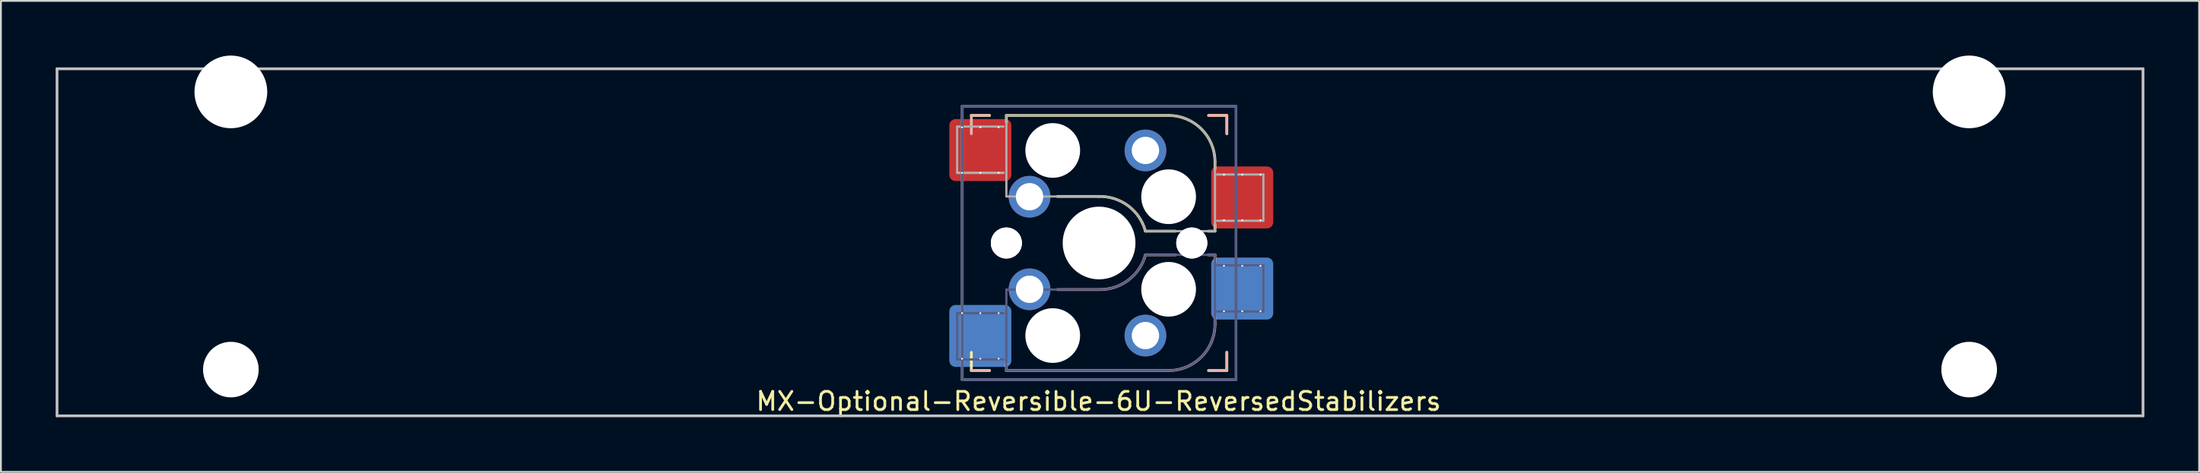
<source format=kicad_pcb>
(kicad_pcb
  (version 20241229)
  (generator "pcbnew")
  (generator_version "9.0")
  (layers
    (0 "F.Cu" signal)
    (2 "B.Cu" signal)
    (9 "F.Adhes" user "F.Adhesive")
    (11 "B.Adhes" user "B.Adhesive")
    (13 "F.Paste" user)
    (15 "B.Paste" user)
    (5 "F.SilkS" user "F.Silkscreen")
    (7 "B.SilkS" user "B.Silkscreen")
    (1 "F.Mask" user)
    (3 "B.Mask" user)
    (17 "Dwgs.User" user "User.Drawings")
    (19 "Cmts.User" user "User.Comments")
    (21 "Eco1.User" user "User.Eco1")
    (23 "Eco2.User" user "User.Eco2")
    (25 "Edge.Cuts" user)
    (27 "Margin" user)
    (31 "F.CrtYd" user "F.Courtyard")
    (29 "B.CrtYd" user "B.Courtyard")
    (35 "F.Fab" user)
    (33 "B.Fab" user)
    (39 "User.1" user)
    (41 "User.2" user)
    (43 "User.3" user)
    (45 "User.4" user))
  (footprint "MX-Optional-Reversible-6U-ReversedStabilizers"
    (layer "F.Cu")
    (at 57.225 10.249)
    (property "Reference" "MX-Optional-Reversible-6U-ReversedStabilizers" (at -0.077 8.726 180) (layer "F.SilkS") (effects (font (size 1 1) (thickness 0.15))))
    (attr smd)
    (fp_rect (start -8.258 -6.062) (end -4.858 -4.062) (stroke (width 0.1) (type solid)) (fill yes) (layer "F.Mask"))
    (fp_rect (start 6.092 -3.462) (end 9.492 -1.462) (stroke (width 0.1) (type solid)) (fill yes) (layer "F.Mask"))
    (fp_rect (start -4.858 4.138) (end -8.258 6.138) (stroke (width 0.1) (type solid)) (fill yes) (layer "B.Mask"))
    (fp_rect (start 9.492 1.538) (end 6.092 3.538) (stroke (width 0.1) (type solid)) (fill yes) (layer "B.Mask"))
    (fp_line (start -7.051 -6.962) (end -6.051 -6.962) (stroke (width 0.15) (type solid)) (layer "F.SilkS"))
    (fp_line (start -7.051 7.038) (end -7.051 6.038) (stroke (width 0.15) (type solid)) (layer "F.SilkS"))
    (fp_line (start -6.051 7.038) (end -7.051 7.038) (stroke (width 0.15) (type solid)) (layer "F.SilkS"))
    (fp_line (start -5.131 -6.581) (end -5.131 -6.962) (stroke (width 0.15) (type solid)) (layer "F.SilkS"))
    (fp_line (start -2.337 -2.517) (end -0.051 -2.517) (stroke (width 0.15) (type solid)) (layer "F.SilkS"))
    (fp_line (start 2.489 -0.612) (end 4.14 -0.612) (stroke (width 0.15) (type solid)) (layer "F.SilkS"))
    (fp_line (start 3.759 -6.962) (end -5.131 -6.962) (stroke (width 0.15) (type solid)) (layer "F.SilkS"))
    (fp_line (start 5.918 -0.612) (end 6.299 -0.612) (stroke (width 0.15) (type solid)) (layer "F.SilkS"))
    (fp_line (start 5.949 -6.962) (end 6.949 -6.962) (stroke (width 0.15) (type solid)) (layer "F.SilkS"))
    (fp_line (start 6.299 -4.041) (end 6.299 -4.422) (stroke (width 0.15) (type solid)) (layer "F.SilkS"))
    (fp_line (start 6.299 -0.612) (end 6.299 -0.993) (stroke (width 0.15) (type solid)) (layer "F.SilkS"))
    (fp_line (start 6.949 -6.962) (end 6.949 -5.962) (stroke (width 0.15) (type solid)) (layer "F.SilkS"))
    (fp_line (start 6.949 6.038) (end 6.949 7.038) (stroke (width 0.15) (type solid)) (layer "F.SilkS"))
    (fp_line (start 6.949 7.038) (end 5.949 7.038) (stroke (width 0.15) (type solid)) (layer "F.SilkS"))
    (fp_arc (start -0.05085 -2.51696) (mid 1.54712 -2.001754) (end 2.48915 -0.61196) (stroke (width 0.15) (type solid)) (layer "F.SilkS"))
    (fp_arc (start 3.75915 -6.96196) (mid 5.555201 -6.218011) (end 6.29915 -4.42196) (stroke (width 0.15) (type solid)) (layer "F.SilkS"))
    (fp_line (start -7.051 -6.962) (end -6.051 -6.962) (stroke (width 0.15) (type solid)) (layer "B.SilkS"))
    (fp_line (start -7.05 -6.96) (end -7.05 -5.96) (stroke (width 0.15) (type solid)) (layer "B.SilkS"))
    (fp_line (start -6.051 7.038) (end -7.051 7.038) (stroke (width 0.15) (type solid)) (layer "B.SilkS"))
    (fp_line (start -5.131 7.038) (end -5.131 6.657) (stroke (width 0.15) (type solid)) (layer "B.SilkS"))
    (fp_line (start -5.131 7.038) (end 3.759 7.038) (stroke (width 0.15) (type solid)) (layer "B.SilkS"))
    (fp_line (start -0.051 2.593) (end -2.337 2.593) (stroke (width 0.15) (type solid)) (layer "B.SilkS"))
    (fp_line (start 4.14 0.688) (end 2.489 0.688) (stroke (width 0.15) (type solid)) (layer "B.SilkS"))
    (fp_line (start 5.949 -6.962) (end 6.949 -6.962) (stroke (width 0.15) (type solid)) (layer "B.SilkS"))
    (fp_line (start 6.299 0.688) (end 5.918 0.688) (stroke (width 0.15) (type solid)) (layer "B.SilkS"))
    (fp_line (start 6.299 1.069) (end 6.299 0.688) (stroke (width 0.15) (type solid)) (layer "B.SilkS"))
    (fp_line (start 6.299 4.498) (end 6.299 4.117) (stroke (width 0.15) (type solid)) (layer "B.SilkS"))
    (fp_line (start 6.949 -6.962) (end 6.949 -5.962) (stroke (width 0.15) (type solid)) (layer "B.SilkS"))
    (fp_line (start 6.949 6.038) (end 6.949 7.038) (stroke (width 0.15) (type solid)) (layer "B.SilkS"))
    (fp_line (start 6.949 7.038) (end 5.949 7.038) (stroke (width 0.15) (type solid)) (layer "B.SilkS"))
    (fp_arc (start 2.48915 0.68804) (mid 1.547119 2.077831) (end -0.05085 2.59304) (stroke (width 0.15) (type solid)) (layer "B.SilkS"))
    (fp_arc (start 6.29915 4.49804) (mid 5.555201 6.294091) (end 3.75915 7.03804) (stroke (width 0.15) (type solid)) (layer "B.SilkS"))
    (fp_line (start -57.15 9.525) (end -57.15 -9.525) (stroke (width 0.15) (type solid)) (layer "Dwgs.User"))
    (fp_line (start 57.15 -9.525) (end -57.15 -9.525) (stroke (width 0.15) (type solid)) (layer "Dwgs.User"))
    (fp_line (start 57.15 9.525) (end -57.15 9.525) (stroke (width 0.15) (type solid)) (layer "Dwgs.User"))
    (fp_line (start 57.15 9.525) (end 57.15 -9.525) (stroke (width 0.15) (type solid)) (layer "Dwgs.User"))
    (fp_line (start -6.951 6.938) (end 6.849 6.938) (stroke (width 0.15) (type solid)) (layer "Eco2.User"))
    (fp_line (start -6.95 -6.86) (end -6.95 6.94) (stroke (width 0.15) (type solid)) (layer "Eco2.User"))
    (fp_line (start 6.848 6.94) (end 6.848 -6.86) (stroke (width 0.15) (type solid)) (layer "Eco2.User"))
    (fp_line (start 6.849 -6.862) (end -6.951 -6.862) (stroke (width 0.15) (type solid)) (layer "Eco2.User"))
    (fp_line (start -7.828 3.888) (end -7.828 6.428) (stroke (width 0.12) (type solid)) (layer "B.Fab"))
    (fp_line (start -7.828 6.428) (end -5.288 6.428) (stroke (width 0.12) (type solid)) (layer "B.Fab"))
    (fp_line (start -7.551 -7.462) (end 7.449 -7.462) (stroke (width 0.15) (type solid)) (layer "B.Fab"))
    (fp_line (start -7.551 7.538) (end -7.551 -7.462) (stroke (width 0.15) (type solid)) (layer "B.Fab"))
    (fp_line (start -5.288 3.888) (end -7.828 3.888) (stroke (width 0.12) (type solid)) (layer "B.Fab"))
    (fp_line (start -5.288 3.888) (end -7.828 3.888) (stroke (width 0.12) (type solid)) (layer "B.Fab"))
    (fp_line (start -5.131 2.593) (end -5.131 7.038) (stroke (width 0.12) (type solid)) (layer "B.Fab"))
    (fp_line (start -5.131 7.038) (end 3.759 7.038) (stroke (width 0.12) (type solid)) (layer "B.Fab"))
    (fp_line (start -0.051 2.593) (end -5.131 2.593) (stroke (width 0.12) (type solid)) (layer "B.Fab"))
    (fp_line (start 6.299 0.688) (end 2.489 0.688) (stroke (width 0.12) (type solid)) (layer "B.Fab"))
    (fp_line (start 6.299 4.498) (end 6.299 0.688) (stroke (width 0.12) (type solid)) (layer "B.Fab"))
    (fp_line (start 6.412 3.798) (end 8.952 3.798) (stroke (width 0.12) (type solid)) (layer "B.Fab"))
    (fp_line (start 7.449 -7.462) (end 7.449 7.538) (stroke (width 0.15) (type solid)) (layer "B.Fab"))
    (fp_line (start 7.449 7.538) (end -7.551 7.538) (stroke (width 0.15) (type solid)) (layer "B.Fab"))
    (fp_line (start 8.952 1.258) (end 6.412 1.258) (stroke (width 0.12) (type solid)) (layer "B.Fab"))
    (fp_line (start 8.952 3.798) (end 8.952 1.258) (stroke (width 0.12) (type solid)) (layer "B.Fab"))
    (fp_arc (start 2.48915 0.68804) (mid 1.547122 2.077836) (end -0.05085 2.59304) (stroke (width 0.12) (type solid)) (layer "B.Fab"))
    (fp_arc (start 6.29915 4.49804) (mid 5.555201 6.294091) (end 3.75915 7.03804) (stroke (width 0.12) (type solid)) (layer "B.Fab"))
    (fp_line (start -7.828 -6.352) (end -7.828 -3.812) (stroke (width 0.12) (type solid)) (layer "F.Fab"))
    (fp_line (start -7.828 -3.812) (end -5.288 -3.812) (stroke (width 0.12) (type solid)) (layer "F.Fab"))
    (fp_line (start -7.828 -3.812) (end -5.288 -3.812) (stroke (width 0.12) (type solid)) (layer "F.Fab"))
    (fp_line (start -7.551 -7.462) (end 7.449 -7.462) (stroke (width 0.15) (type solid)) (layer "F.Fab"))
    (fp_line (start -7.551 7.538) (end -7.551 -7.462) (stroke (width 0.15) (type solid)) (layer "F.Fab"))
    (fp_line (start -5.288 -6.352) (end -7.828 -6.352) (stroke (width 0.12) (type solid)) (layer "F.Fab"))
    (fp_line (start -5.131 -6.962) (end -5.131 -2.517) (stroke (width 0.12) (type solid)) (layer "F.Fab"))
    (fp_line (start -5.131 -2.517) (end -0.051 -2.517) (stroke (width 0.12) (type solid)) (layer "F.Fab"))
    (fp_line (start 2.489 -0.612) (end 6.299 -0.612) (stroke (width 0.12) (type solid)) (layer "F.Fab"))
    (fp_line (start 3.759 -6.962) (end -5.131 -6.962) (stroke (width 0.12) (type solid)) (layer "F.Fab"))
    (fp_line (start 6.299 -0.612) (end 6.299 -4.422) (stroke (width 0.12) (type solid)) (layer "F.Fab"))
    (fp_line (start 6.412 -1.182) (end 8.952 -1.182) (stroke (width 0.12) (type solid)) (layer "F.Fab"))
    (fp_line (start 7.449 7.538) (end -7.551 7.538) (stroke (width 0.15) (type solid)) (layer "F.Fab"))
    (fp_line (start 8.952 -3.722) (end 6.412 -3.722) (stroke (width 0.12) (type solid)) (layer "F.Fab"))
    (fp_line (start 8.952 -1.182) (end 8.952 -3.722) (stroke (width 0.12) (type solid)) (layer "F.Fab"))
    (fp_arc (start -0.05085 -2.51696) (mid 1.547122 -2.001755) (end 2.48915 -0.61196) (stroke (width 0.12) (type solid)) (layer "F.Fab"))
    (fp_arc (start 3.75915 -6.96196) (mid 5.555201 -6.218011) (end 6.29915 -4.42196) (stroke (width 0.12) (type solid)) (layer "F.Fab"))
    (pad "" np_thru_hole circle (at -47.625 -8.255) (size 3.988 3.988) (drill 3.988) (layers "*.Cu" "*.Mask"))
    (pad "" np_thru_hole circle (at -47.625 6.985) (size 3.048 3.048) (drill 3.048) (layers "*.Cu" "*.Mask"))
    (pad "" np_thru_hole circle (at -5.131 0.038) (size 1.702 1.702) (drill 1.702) (layers "*.Cu" "*.Mask"))
    (pad "" np_thru_hole circle (at -5.131 0.038 180) (size 1.702 1.702) (drill 1.702) (layers "*.Cu" "*.Mask"))
    (pad "" np_thru_hole circle (at -2.591 -5.042) (size 3 3) (drill 3) (layers "*.Cu" "*.Mask"))
    (pad "" np_thru_hole circle (at -2.591 5.118 180) (size 3 3) (drill 3) (layers "*.Cu" "*.Mask"))
    (pad "" np_thru_hole circle (at -0.051 0.038) (size 3.988 3.988) (drill 3.988) (layers "*.Cu" "*.Mask"))
    (pad "" np_thru_hole circle (at 3.759 -2.502) (size 3 3) (drill 3) (layers "*.Cu" "*.Mask"))
    (pad "" np_thru_hole circle (at 3.759 2.578 180) (size 3 3) (drill 3) (layers "*.Cu" "*.Mask"))
    (pad "" np_thru_hole circle (at 5.029 0.038) (size 1.702 1.702) (drill 1.702) (layers "*.Cu" "*.Mask"))
    (pad "" np_thru_hole circle (at 5.029 0.038 180) (size 1.702 1.702) (drill 1.702) (layers "*.Cu" "*.Mask"))
    (pad "" np_thru_hole circle (at 47.625 -8.255) (size 3.988 3.988) (drill 3.988) (layers "*.Cu" "*.Mask"))
    (pad "" np_thru_hole circle (at 47.625 6.985) (size 3.048 3.048) (drill 3.048) (layers "*.Cu" "*.Mask"))
    (pad "1" thru_hole circle (at -7.558 -6.312 270) (size 0.1 0.1) (drill 0.3) (layers "*.Cu" "*.Mask"))
    (pad "1" thru_hole circle (at -7.558 -3.812 270) (size 0.1 0.1) (drill 0.3) (layers "*.Cu" "*.Mask"))
    (pad "1" thru_hole circle (at -7.558 3.888 270) (size 0.1 0.1) (drill 0.3) (layers "*.Cu" "*.Mask"))
    (pad "1" thru_hole circle (at -7.558 6.388 270) (size 0.1 0.1) (drill 0.3) (layers "*.Cu" "*.Mask"))
    (pad "1" thru_hole circle (at -6.558 -6.312 270) (size 0.1 0.1) (drill 0.3) (layers "*.Cu"))
    (pad "1" smd roundrect (at -6.558 -5.062 180) (size 3.4 3.4) (property pad_prop_bga) (layers "F.Cu" "F.Paste") (roundrect_rratio 0.1))
    (pad "1" thru_hole circle (at -6.558 -3.812 270) (size 0.1 0.1) (drill 0.3) (layers "*.Cu" "*.Mask"))
    (pad "1" thru_hole circle (at -6.558 3.888 270) (size 0.1 0.1) (drill 0.3) (layers "*.Cu" "*.Mask"))
    (pad "1" smd roundrect (at -6.558 5.138) (size 3.4 3.4) (property pad_prop_bga) (layers "B.Cu" "B.Paste") (roundrect_rratio 0.1))
    (pad "1" thru_hole circle (at -6.558 6.388 270) (size 0.1 0.1) (drill 0.3) (layers "*.Cu"))
    (pad "1" thru_hole circle (at -5.558 -6.312 270) (size 0.1 0.1) (drill 0.3) (layers "*.Cu"))
    (pad "1" thru_hole circle (at -5.558 -3.812 270) (size 0.1 0.1) (drill 0.3) (layers "*.Cu" "*.Mask"))
    (pad "1" thru_hole circle (at -5.558 3.888 270) (size 0.1 0.1) (drill 0.3) (layers "*.Cu" "*.Mask"))
    (pad "1" thru_hole circle (at -5.558 6.388 270) (size 0.1 0.1) (drill 0.3) (layers "*.Cu"))
    (pad "1" thru_hole circle (at -3.861 -2.502) (size 2.286 2.286) (drill 1.499) (layers "*.Cu" "*.Mask"))
    (pad "1" thru_hole circle (at -3.861 2.578 180) (size 2.286 2.286) (drill 1.499) (layers "*.Cu" "*.Mask"))
    (pad "2" thru_hole circle (at 2.489 -5.042) (size 2.286 2.286) (drill 1.499) (layers "*.Cu" "*.Mask"))
    (pad "2" thru_hole circle (at 2.489 5.118 180) (size 2.286 2.286) (drill 1.499) (layers "*.Cu" "*.Mask"))
    (pad "2" thru_hole circle (at 6.792 -3.712 270) (size 0.1 0.1) (drill 0.3) (layers "*.Cu" "*.Mask"))
    (pad "2" thru_hole circle (at 6.792 -1.212 270) (size 0.1 0.1) (drill 0.3) (layers "*.Cu" "*.Mask"))
    (pad "2" thru_hole circle (at 6.792 1.288 270) (size 0.1 0.1) (drill 0.3) (layers "*.Cu" "*.Mask"))
    (pad "2" thru_hole circle (at 6.792 3.788 270) (size 0.1 0.1) (drill 0.3) (layers "*.Cu" "*.Mask"))
    (pad "2" thru_hole circle (at 7.792 -3.712 270) (size 0.1 0.1) (drill 0.3) (layers "*.Cu"))
    (pad "2" smd roundrect (at 7.792 -2.462 180) (size 3.4 3.4) (property pad_prop_bga) (layers "F.Cu" "F.Paste") (roundrect_rratio 0.1))
    (pad "2" thru_hole circle (at 7.792 -1.212 270) (size 0.1 0.1) (drill 0.3) (layers "*.Cu" "*.Mask"))
    (pad "2" thru_hole circle (at 7.792 1.288 270) (size 0.1 0.1) (drill 0.3) (layers "*.Cu" "*.Mask"))
    (pad "2" smd roundrect (at 7.792 2.538) (size 3.4 3.4) (property pad_prop_bga) (layers "B.Cu" "B.Paste") (roundrect_rratio 0.1))
    (pad "2" thru_hole circle (at 7.792 3.788 270) (size 0.1 0.1) (drill 0.3) (layers "*.Cu"))
    (pad "2" thru_hole circle (at 8.792 -3.712 270) (size 0.1 0.1) (drill 0.3) (layers "*.Cu"))
    (pad "2" thru_hole circle (at 8.792 -1.212 270) (size 0.1 0.1) (drill 0.3) (layers "*.Cu" "*.Mask"))
    (pad "2" thru_hole circle (at 8.792 1.288 270) (size 0.1 0.1) (drill 0.3) (layers "*.Cu" "*.Mask"))
    (pad "2" thru_hole circle (at 8.792 3.788 270) (size 0.1 0.1) (drill 0.3) (layers "*.Cu")))
  (gr_rect
    (start -3 -3)
    (end 117.45 22.849)
    (stroke (width 0.1) (type default))
    (fill no)
    (layer "Edge.Cuts")))
</source>
